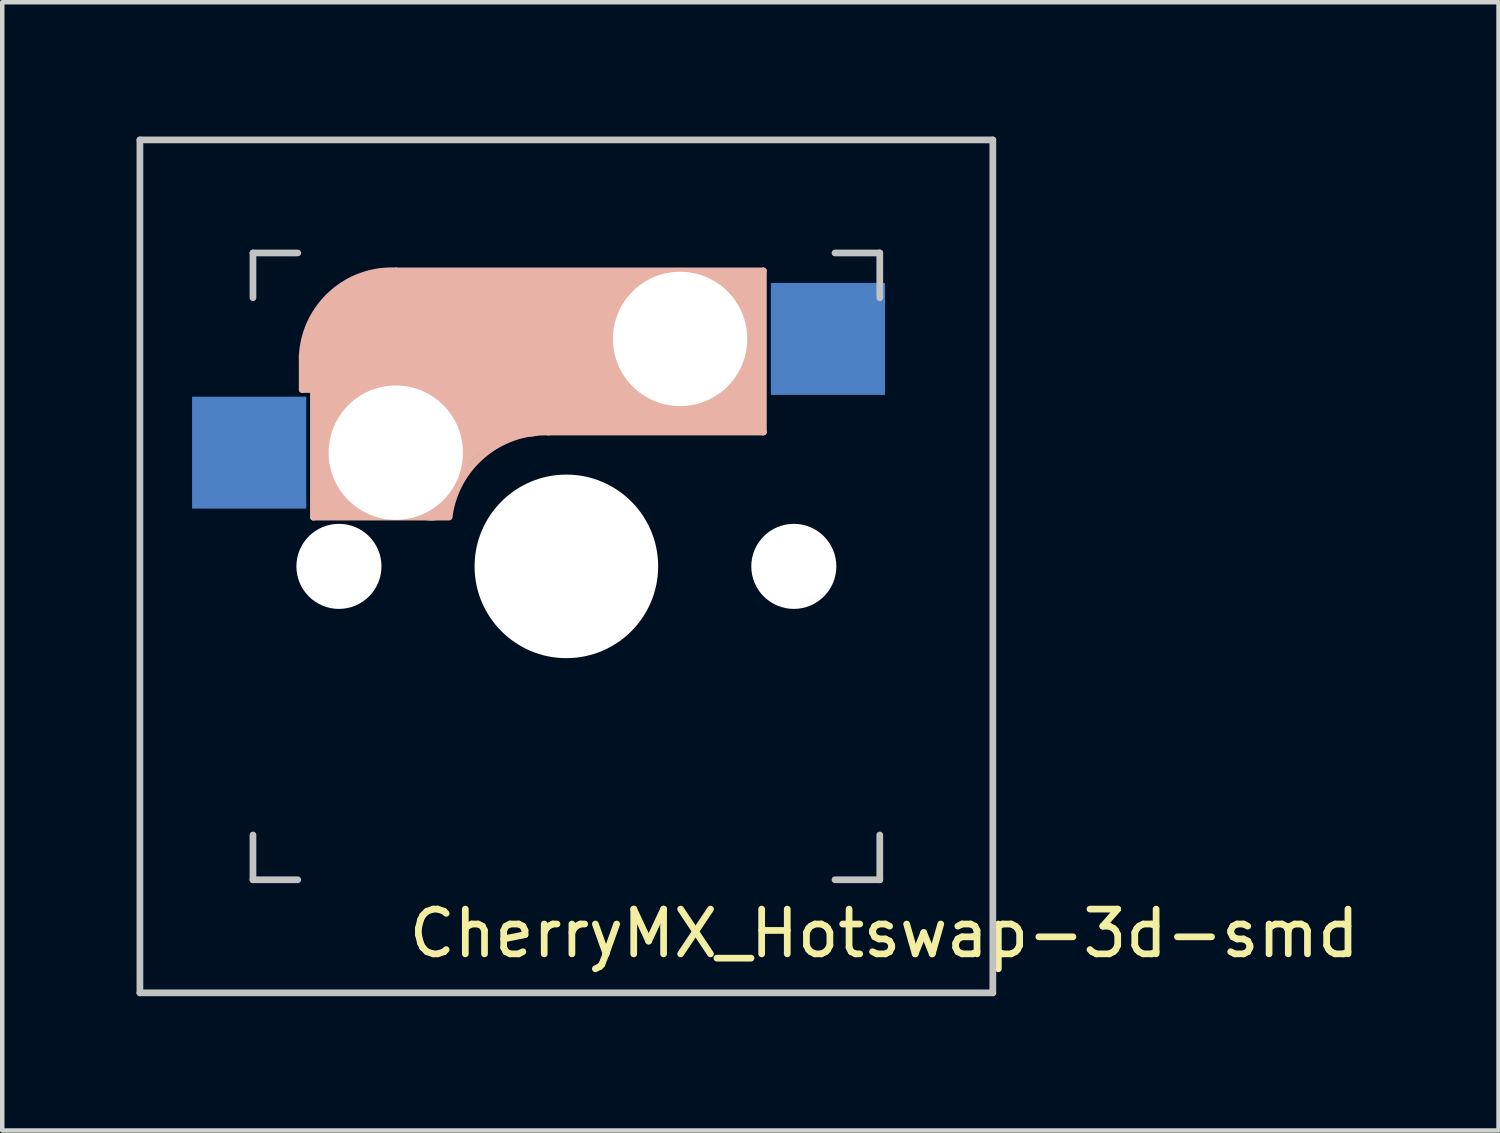
<source format=kicad_pcb>
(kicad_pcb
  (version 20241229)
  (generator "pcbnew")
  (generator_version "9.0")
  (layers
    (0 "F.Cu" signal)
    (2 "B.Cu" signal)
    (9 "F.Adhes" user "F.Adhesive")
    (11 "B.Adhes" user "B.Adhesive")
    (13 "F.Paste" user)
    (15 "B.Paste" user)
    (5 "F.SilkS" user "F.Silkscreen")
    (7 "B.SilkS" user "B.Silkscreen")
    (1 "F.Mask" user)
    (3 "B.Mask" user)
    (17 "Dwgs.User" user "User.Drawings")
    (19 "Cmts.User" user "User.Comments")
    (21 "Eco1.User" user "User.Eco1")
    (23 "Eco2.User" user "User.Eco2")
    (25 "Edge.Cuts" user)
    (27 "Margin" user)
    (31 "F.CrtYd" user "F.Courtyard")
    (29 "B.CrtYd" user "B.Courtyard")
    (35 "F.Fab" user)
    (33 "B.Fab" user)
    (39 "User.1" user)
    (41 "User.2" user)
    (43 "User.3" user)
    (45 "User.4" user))
  (footprint "CherryMX_Hotswap-3d-smd"
    (layer "F.Cu")
    (at 9.6 9.6)
    (property "Reference" "CherryMX_Hotswap-3d-smd" (at 7.1 8.2 0) (layer "F.SilkS") (effects (font (size 1 1) (thickness 0.15))))
    (attr smd)
    (fp_line (start -5.9 -4.7) (end -5.9 -3.95) (stroke (width 0.15) (type solid)) (layer "B.SilkS"))
    (fp_line (start -5.9 -3.95) (end -5.7 -3.95) (stroke (width 0.15) (type solid)) (layer "B.SilkS"))
    (fp_line (start -5.8 -4.05) (end -5.8 -4.7) (stroke (width 0.3) (type solid)) (layer "B.SilkS"))
    (fp_line (start -5.65 -5.55) (end -5.65 -1.1) (stroke (width 0.15) (type solid)) (layer "B.SilkS"))
    (fp_line (start -5.65 -1.1) (end -2.62 -1.1) (stroke (width 0.15) (type solid)) (layer "B.SilkS"))
    (fp_line (start -5.45 -1.3) (end -3 -1.3) (stroke (width 0.5) (type solid)) (layer "B.SilkS"))
    (fp_line (start -5.3 -1.6) (end -5.3 -3.4) (stroke (width 0.8) (type solid)) (layer "B.SilkS"))
    (fp_line (start -4.17 -5.1) (end -4.17 -2.86) (stroke (width 3) (type solid)) (layer "B.SilkS"))
    (fp_line (start -0.4 -3) (end 4.4 -3) (stroke (width 0.15) (type solid)) (layer "B.SilkS"))
    (fp_line (start 2.6 -4.8) (end -4.1 -4.8) (stroke (width 3.5) (type solid)) (layer "B.SilkS"))
    (fp_line (start 3.9 -6) (end 3.9 -3.5) (stroke (width 1) (type solid)) (layer "B.SilkS"))
    (fp_line (start 4.2 -3.25) (end 2.9 -3.3) (stroke (width 0.5) (type solid)) (layer "B.SilkS"))
    (fp_line (start 4.25 -6.4) (end 3 -6.4) (stroke (width 0.4) (type solid)) (layer "B.SilkS"))
    (fp_line (start 4.38 -4) (end 4.38 -6.25) (stroke (width 0.15) (type solid)) (layer "B.SilkS"))
    (fp_line (start 4.4 -6.6) (end -3.8 -6.6) (stroke (width 0.15) (type solid)) (layer "B.SilkS"))
    (fp_line (start 4.4 -3) (end 4.4 -6.6) (stroke (width 0.15) (type solid)) (layer "B.SilkS"))
    (fp_arc (start -5.9 -4.699999) (mid -5.243504 -6.084924) (end -3.800001 -6.6) (stroke (width 0.15) (type solid)) (layer "B.SilkS"))
    (fp_arc (start -3.016318 -1.521471) (mid -2.268709 -2.886118) (end -0.8 -3.4) (stroke (width 1) (type solid)) (layer "B.SilkS"))
    (fp_arc (start -2.616318 -1.121471) (mid -1.868709 -2.486118) (end -0.4 -3) (stroke (width 0.15) (type solid)) (layer "B.SilkS"))
    (fp_line (start -9.525 -9.525) (end 9.525 -9.525) (stroke (width 0.15) (type solid)) (layer "Dwgs.User"))
    (fp_line (start -9.525 9.525) (end -9.525 -9.525) (stroke (width 0.15) (type solid)) (layer "Dwgs.User"))
    (fp_line (start -7 -7) (end -6 -7) (stroke (width 0.15) (type solid)) (layer "Dwgs.User"))
    (fp_line (start -7 -6) (end -7 -7) (stroke (width 0.15) (type solid)) (layer "Dwgs.User"))
    (fp_line (start -7 6) (end -7 7) (stroke (width 0.15) (type solid)) (layer "Dwgs.User"))
    (fp_line (start -7 7) (end -6 7) (stroke (width 0.15) (type solid)) (layer "Dwgs.User"))
    (fp_line (start 6 7) (end 7 7) (stroke (width 0.15) (type solid)) (layer "Dwgs.User"))
    (fp_line (start 7 -7) (end 6 -7) (stroke (width 0.15) (type solid)) (layer "Dwgs.User"))
    (fp_line (start 7 -7) (end 7 -6) (stroke (width 0.15) (type solid)) (layer "Dwgs.User"))
    (fp_line (start 7 7) (end 7 6) (stroke (width 0.15) (type solid)) (layer "Dwgs.User"))
    (fp_line (start 9.525 -9.525) (end 9.525 9.525) (stroke (width 0.15) (type solid)) (layer "Dwgs.User"))
    (fp_line (start 9.525 9.525) (end -9.525 9.525) (stroke (width 0.15) (type solid)) (layer "Dwgs.User"))
    (pad "" np_thru_hole circle (at -5.08 0) (size 1.9 1.9) (drill 1.9) (layers "*.Cu" "*.Mask"))
    (pad "" np_thru_hole circle (at -3.81 -2.54) (size 3 3) (drill 3) (layers "*.Cu" "*.Mask"))
    (pad "" np_thru_hole circle (at 0 0 90) (size 4.1 4.1) (drill 4.1) (layers "*.Cu" "*.Mask"))
    (pad "" np_thru_hole circle (at 2.54 -5.08) (size 3 3) (drill 3) (layers "*.Cu" "*.Mask"))
    (pad "" np_thru_hole circle (at 5.08 0) (size 1.9 1.9) (drill 1.9) (layers "*.Cu" "*.Mask"))
    (pad "1" smd rect (at -7.085 -2.54 180) (size 2.55 2.5) (layers "B.Cu" "B.Mask" "B.Paste"))
    (pad "2" smd rect (at 5.842 -5.08 180) (size 2.55 2.5) (layers "B.Cu" "B.Mask" "B.Paste")))
  (gr_rect
    (start -3 -3)
    (end 30.42 22.2)
    (stroke (width 0.1) (type default))
    (fill no)
    (layer "Edge.Cuts")))
</source>
